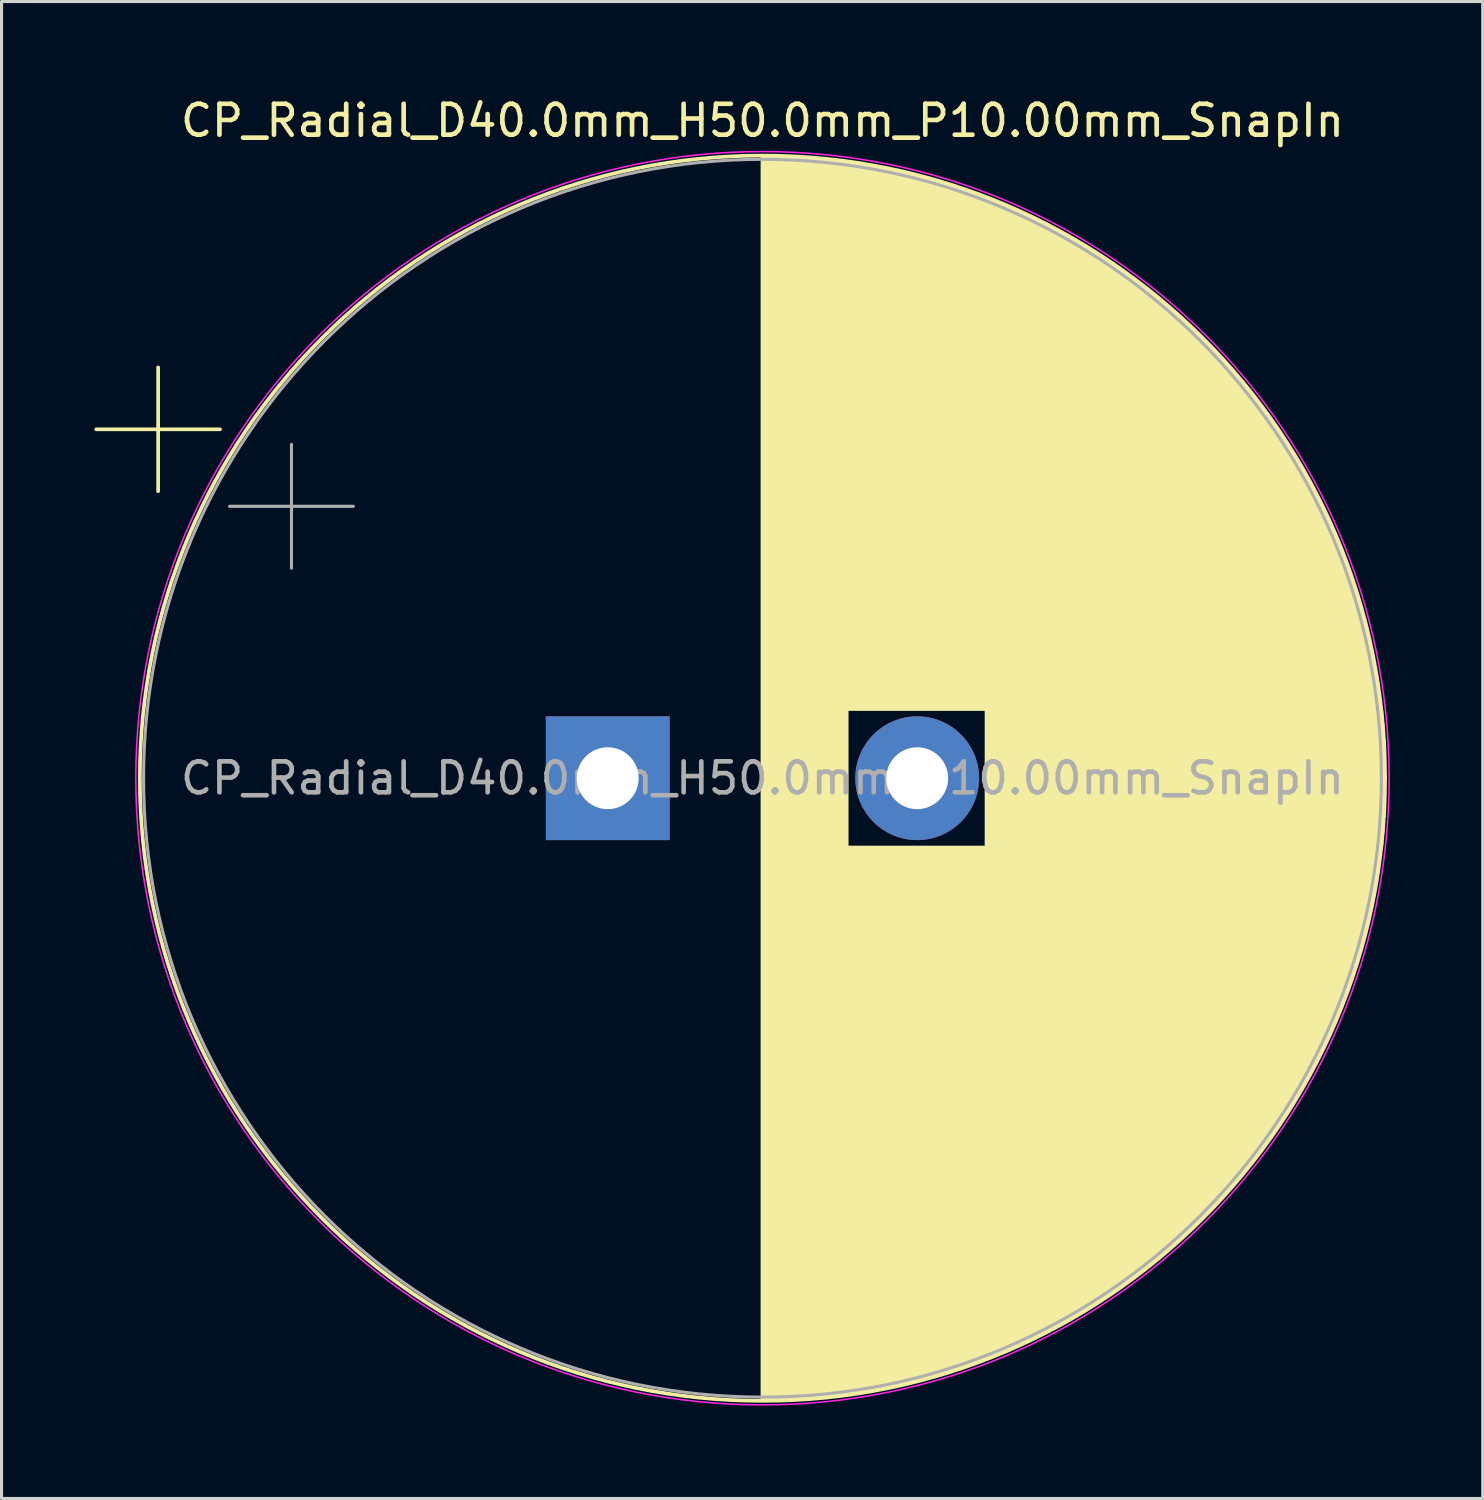
<source format=kicad_pcb>
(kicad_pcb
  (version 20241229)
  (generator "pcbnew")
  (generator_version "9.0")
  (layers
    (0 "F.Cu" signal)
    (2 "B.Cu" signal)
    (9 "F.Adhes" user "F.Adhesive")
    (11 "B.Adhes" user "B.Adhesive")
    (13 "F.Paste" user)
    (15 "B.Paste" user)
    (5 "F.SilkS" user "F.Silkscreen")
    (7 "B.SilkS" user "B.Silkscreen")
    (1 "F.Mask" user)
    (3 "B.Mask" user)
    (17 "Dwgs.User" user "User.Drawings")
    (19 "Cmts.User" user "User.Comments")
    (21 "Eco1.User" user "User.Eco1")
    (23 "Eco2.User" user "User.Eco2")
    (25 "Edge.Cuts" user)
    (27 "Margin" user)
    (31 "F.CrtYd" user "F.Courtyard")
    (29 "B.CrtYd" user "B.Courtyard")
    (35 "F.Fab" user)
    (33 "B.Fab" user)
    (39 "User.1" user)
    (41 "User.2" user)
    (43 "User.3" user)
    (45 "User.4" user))
  (footprint "CP_Radial_D40.0mm_H50.0mm_P10.00mm_SnapIn"
    (layer "F.Cu")
    (at 16.589 22.098)
    (property "Reference" "CP_Radial_D40.0mm_H50.0mm_P10.00mm_SnapIn" (at 5 -21.25 0) (layer "F.SilkS") (effects (font (size 1 1) (thickness 0.15))))
    (attr through_hole)
    (fp_line (start -16.529 -11.275) (end -12.529 -11.275) (stroke (width 0.12) (type solid)) (layer "F.SilkS"))
    (fp_line (start -14.529 -13.275) (end -14.529 -9.275) (stroke (width 0.12) (type solid)) (layer "F.SilkS"))
    (fp_line (start 5 -20.08) (end 5 20.08) (stroke (width 0.12) (type solid)) (layer "F.SilkS"))
    (fp_line (start 5.04 -20.08) (end 5.04 20.08) (stroke (width 0.12) (type solid)) (layer "F.SilkS"))
    (fp_line (start 5.08 -20.08) (end 5.08 20.08) (stroke (width 0.12) (type solid)) (layer "F.SilkS"))
    (fp_line (start 5.12 -20.08) (end 5.12 20.08) (stroke (width 0.12) (type solid)) (layer "F.SilkS"))
    (fp_line (start 5.16 -20.08) (end 5.16 20.08) (stroke (width 0.12) (type solid)) (layer "F.SilkS"))
    (fp_line (start 5.2 -20.08) (end 5.2 20.08) (stroke (width 0.12) (type solid)) (layer "F.SilkS"))
    (fp_line (start 5.24 -20.079) (end 5.24 20.079) (stroke (width 0.12) (type solid)) (layer "F.SilkS"))
    (fp_line (start 5.28 -20.079) (end 5.28 20.079) (stroke (width 0.12) (type solid)) (layer "F.SilkS"))
    (fp_line (start 5.32 -20.078) (end 5.32 20.078) (stroke (width 0.12) (type solid)) (layer "F.SilkS"))
    (fp_line (start 5.36 -20.077) (end 5.36 20.077) (stroke (width 0.12) (type solid)) (layer "F.SilkS"))
    (fp_line (start 5.4 -20.077) (end 5.4 20.077) (stroke (width 0.12) (type solid)) (layer "F.SilkS"))
    (fp_line (start 5.44 -20.076) (end 5.44 20.076) (stroke (width 0.12) (type solid)) (layer "F.SilkS"))
    (fp_line (start 5.48 -20.075) (end 5.48 20.075) (stroke (width 0.12) (type solid)) (layer "F.SilkS"))
    (fp_line (start 5.52 -20.074) (end 5.52 20.074) (stroke (width 0.12) (type solid)) (layer "F.SilkS"))
    (fp_line (start 5.56 -20.073) (end 5.56 20.073) (stroke (width 0.12) (type solid)) (layer "F.SilkS"))
    (fp_line (start 5.6 -20.072) (end 5.6 20.072) (stroke (width 0.12) (type solid)) (layer "F.SilkS"))
    (fp_line (start 5.64 -20.07) (end 5.64 20.07) (stroke (width 0.12) (type solid)) (layer "F.SilkS"))
    (fp_line (start 5.68 -20.069) (end 5.68 20.069) (stroke (width 0.12) (type solid)) (layer "F.SilkS"))
    (fp_line (start 5.721 -20.068) (end 5.721 20.068) (stroke (width 0.12) (type solid)) (layer "F.SilkS"))
    (fp_line (start 5.761 -20.066) (end 5.761 20.066) (stroke (width 0.12) (type solid)) (layer "F.SilkS"))
    (fp_line (start 5.801 -20.065) (end 5.801 20.065) (stroke (width 0.12) (type solid)) (layer "F.SilkS"))
    (fp_line (start 5.841 -20.063) (end 5.841 20.063) (stroke (width 0.12) (type solid)) (layer "F.SilkS"))
    (fp_line (start 5.881 -20.061) (end 5.881 20.061) (stroke (width 0.12) (type solid)) (layer "F.SilkS"))
    (fp_line (start 5.921 -20.059) (end 5.921 20.059) (stroke (width 0.12) (type solid)) (layer "F.SilkS"))
    (fp_line (start 5.961 -20.058) (end 5.961 20.058) (stroke (width 0.12) (type solid)) (layer "F.SilkS"))
    (fp_line (start 6.001 -20.056) (end 6.001 20.056) (stroke (width 0.12) (type solid)) (layer "F.SilkS"))
    (fp_line (start 6.041 -20.054) (end 6.041 20.054) (stroke (width 0.12) (type solid)) (layer "F.SilkS"))
    (fp_line (start 6.081 -20.051) (end 6.081 20.051) (stroke (width 0.12) (type solid)) (layer "F.SilkS"))
    (fp_line (start 6.121 -20.049) (end 6.121 20.049) (stroke (width 0.12) (type solid)) (layer "F.SilkS"))
    (fp_line (start 6.161 -20.047) (end 6.161 20.047) (stroke (width 0.12) (type solid)) (layer "F.SilkS"))
    (fp_line (start 6.201 -20.045) (end 6.201 20.045) (stroke (width 0.12) (type solid)) (layer "F.SilkS"))
    (fp_line (start 6.241 -20.042) (end 6.241 20.042) (stroke (width 0.12) (type solid)) (layer "F.SilkS"))
    (fp_line (start 6.281 -20.04) (end 6.281 20.04) (stroke (width 0.12) (type solid)) (layer "F.SilkS"))
    (fp_line (start 6.321 -20.037) (end 6.321 20.037) (stroke (width 0.12) (type solid)) (layer "F.SilkS"))
    (fp_line (start 6.361 -20.034) (end 6.361 20.034) (stroke (width 0.12) (type solid)) (layer "F.SilkS"))
    (fp_line (start 6.401 -20.032) (end 6.401 20.032) (stroke (width 0.12) (type solid)) (layer "F.SilkS"))
    (fp_line (start 6.441 -20.029) (end 6.441 20.029) (stroke (width 0.12) (type solid)) (layer "F.SilkS"))
    (fp_line (start 6.481 -20.026) (end 6.481 20.026) (stroke (width 0.12) (type solid)) (layer "F.SilkS"))
    (fp_line (start 6.521 -20.023) (end 6.521 20.023) (stroke (width 0.12) (type solid)) (layer "F.SilkS"))
    (fp_line (start 6.561 -20.02) (end 6.561 20.02) (stroke (width 0.12) (type solid)) (layer "F.SilkS"))
    (fp_line (start 6.601 -20.017) (end 6.601 20.017) (stroke (width 0.12) (type solid)) (layer "F.SilkS"))
    (fp_line (start 6.641 -20.014) (end 6.641 20.014) (stroke (width 0.12) (type solid)) (layer "F.SilkS"))
    (fp_line (start 6.681 -20.01) (end 6.681 20.01) (stroke (width 0.12) (type solid)) (layer "F.SilkS"))
    (fp_line (start 6.721 -20.007) (end 6.721 20.007) (stroke (width 0.12) (type solid)) (layer "F.SilkS"))
    (fp_line (start 6.761 -20.003) (end 6.761 20.003) (stroke (width 0.12) (type solid)) (layer "F.SilkS"))
    (fp_line (start 6.801 -20) (end 6.801 20) (stroke (width 0.12) (type solid)) (layer "F.SilkS"))
    (fp_line (start 6.841 -19.996) (end 6.841 19.996) (stroke (width 0.12) (type solid)) (layer "F.SilkS"))
    (fp_line (start 6.881 -19.992) (end 6.881 19.992) (stroke (width 0.12) (type solid)) (layer "F.SilkS"))
    (fp_line (start 6.921 -19.989) (end 6.921 19.989) (stroke (width 0.12) (type solid)) (layer "F.SilkS"))
    (fp_line (start 6.961 -19.985) (end 6.961 19.985) (stroke (width 0.12) (type solid)) (layer "F.SilkS"))
    (fp_line (start 7.001 -19.981) (end 7.001 19.981) (stroke (width 0.12) (type solid)) (layer "F.SilkS"))
    (fp_line (start 7.041 -19.977) (end 7.041 19.977) (stroke (width 0.12) (type solid)) (layer "F.SilkS"))
    (fp_line (start 7.081 -19.973) (end 7.081 19.973) (stroke (width 0.12) (type solid)) (layer "F.SilkS"))
    (fp_line (start 7.121 -19.968) (end 7.121 19.968) (stroke (width 0.12) (type solid)) (layer "F.SilkS"))
    (fp_line (start 7.161 -19.964) (end 7.161 19.964) (stroke (width 0.12) (type solid)) (layer "F.SilkS"))
    (fp_line (start 7.201 -19.96) (end 7.201 19.96) (stroke (width 0.12) (type solid)) (layer "F.SilkS"))
    (fp_line (start 7.241 -19.955) (end 7.241 19.955) (stroke (width 0.12) (type solid)) (layer "F.SilkS"))
    (fp_line (start 7.281 -19.951) (end 7.281 19.951) (stroke (width 0.12) (type solid)) (layer "F.SilkS"))
    (fp_line (start 7.321 -19.946) (end 7.321 19.946) (stroke (width 0.12) (type solid)) (layer "F.SilkS"))
    (fp_line (start 7.361 -19.942) (end 7.361 19.942) (stroke (width 0.12) (type solid)) (layer "F.SilkS"))
    (fp_line (start 7.401 -19.937) (end 7.401 19.937) (stroke (width 0.12) (type solid)) (layer "F.SilkS"))
    (fp_line (start 7.441 -19.932) (end 7.441 19.932) (stroke (width 0.12) (type solid)) (layer "F.SilkS"))
    (fp_line (start 7.481 -19.927) (end 7.481 19.927) (stroke (width 0.12) (type solid)) (layer "F.SilkS"))
    (fp_line (start 7.521 -19.922) (end 7.521 19.922) (stroke (width 0.12) (type solid)) (layer "F.SilkS"))
    (fp_line (start 7.561 -19.917) (end 7.561 19.917) (stroke (width 0.12) (type solid)) (layer "F.SilkS"))
    (fp_line (start 7.601 -19.912) (end 7.601 19.912) (stroke (width 0.12) (type solid)) (layer "F.SilkS"))
    (fp_line (start 7.641 -19.907) (end 7.641 19.907) (stroke (width 0.12) (type solid)) (layer "F.SilkS"))
    (fp_line (start 7.681 -19.901) (end 7.681 19.901) (stroke (width 0.12) (type solid)) (layer "F.SilkS"))
    (fp_line (start 7.721 -19.896) (end 7.721 19.896) (stroke (width 0.12) (type solid)) (layer "F.SilkS"))
    (fp_line (start 7.761 -19.89) (end 7.761 -2.24) (stroke (width 0.12) (type solid)) (layer "F.SilkS"))
    (fp_line (start 7.761 2.24) (end 7.761 19.89) (stroke (width 0.12) (type solid)) (layer "F.SilkS"))
    (fp_line (start 7.801 -19.885) (end 7.801 -2.24) (stroke (width 0.12) (type solid)) (layer "F.SilkS"))
    (fp_line (start 7.801 2.24) (end 7.801 19.885) (stroke (width 0.12) (type solid)) (layer "F.SilkS"))
    (fp_line (start 7.841 -19.879) (end 7.841 -2.24) (stroke (width 0.12) (type solid)) (layer "F.SilkS"))
    (fp_line (start 7.841 2.24) (end 7.841 19.879) (stroke (width 0.12) (type solid)) (layer "F.SilkS"))
    (fp_line (start 7.881 -19.873) (end 7.881 -2.24) (stroke (width 0.12) (type solid)) (layer "F.SilkS"))
    (fp_line (start 7.881 2.24) (end 7.881 19.873) (stroke (width 0.12) (type solid)) (layer "F.SilkS"))
    (fp_line (start 7.921 -19.867) (end 7.921 -2.24) (stroke (width 0.12) (type solid)) (layer "F.SilkS"))
    (fp_line (start 7.921 2.24) (end 7.921 19.867) (stroke (width 0.12) (type solid)) (layer "F.SilkS"))
    (fp_line (start 7.961 -19.862) (end 7.961 -2.24) (stroke (width 0.12) (type solid)) (layer "F.SilkS"))
    (fp_line (start 7.961 2.24) (end 7.961 19.862) (stroke (width 0.12) (type solid)) (layer "F.SilkS"))
    (fp_line (start 8.001 -19.856) (end 8.001 -2.24) (stroke (width 0.12) (type solid)) (layer "F.SilkS"))
    (fp_line (start 8.001 2.24) (end 8.001 19.856) (stroke (width 0.12) (type solid)) (layer "F.SilkS"))
    (fp_line (start 8.041 -19.85) (end 8.041 -2.24) (stroke (width 0.12) (type solid)) (layer "F.SilkS"))
    (fp_line (start 8.041 2.24) (end 8.041 19.85) (stroke (width 0.12) (type solid)) (layer "F.SilkS"))
    (fp_line (start 8.081 -19.843) (end 8.081 -2.24) (stroke (width 0.12) (type solid)) (layer "F.SilkS"))
    (fp_line (start 8.081 2.24) (end 8.081 19.843) (stroke (width 0.12) (type solid)) (layer "F.SilkS"))
    (fp_line (start 8.121 -19.837) (end 8.121 -2.24) (stroke (width 0.12) (type solid)) (layer "F.SilkS"))
    (fp_line (start 8.121 2.24) (end 8.121 19.837) (stroke (width 0.12) (type solid)) (layer "F.SilkS"))
    (fp_line (start 8.161 -19.831) (end 8.161 -2.24) (stroke (width 0.12) (type solid)) (layer "F.SilkS"))
    (fp_line (start 8.161 2.24) (end 8.161 19.831) (stroke (width 0.12) (type solid)) (layer "F.SilkS"))
    (fp_line (start 8.201 -19.824) (end 8.201 -2.24) (stroke (width 0.12) (type solid)) (layer "F.SilkS"))
    (fp_line (start 8.201 2.24) (end 8.201 19.824) (stroke (width 0.12) (type solid)) (layer "F.SilkS"))
    (fp_line (start 8.241 -19.818) (end 8.241 -2.24) (stroke (width 0.12) (type solid)) (layer "F.SilkS"))
    (fp_line (start 8.241 2.24) (end 8.241 19.818) (stroke (width 0.12) (type solid)) (layer "F.SilkS"))
    (fp_line (start 8.281 -19.811) (end 8.281 -2.24) (stroke (width 0.12) (type solid)) (layer "F.SilkS"))
    (fp_line (start 8.281 2.24) (end 8.281 19.811) (stroke (width 0.12) (type solid)) (layer "F.SilkS"))
    (fp_line (start 8.321 -19.805) (end 8.321 -2.24) (stroke (width 0.12) (type solid)) (layer "F.SilkS"))
    (fp_line (start 8.321 2.24) (end 8.321 19.805) (stroke (width 0.12) (type solid)) (layer "F.SilkS"))
    (fp_line (start 8.361 -19.798) (end 8.361 -2.24) (stroke (width 0.12) (type solid)) (layer "F.SilkS"))
    (fp_line (start 8.361 2.24) (end 8.361 19.798) (stroke (width 0.12) (type solid)) (layer "F.SilkS"))
    (fp_line (start 8.401 -19.791) (end 8.401 -2.24) (stroke (width 0.12) (type solid)) (layer "F.SilkS"))
    (fp_line (start 8.401 2.24) (end 8.401 19.791) (stroke (width 0.12) (type solid)) (layer "F.SilkS"))
    (fp_line (start 8.441 -19.784) (end 8.441 -2.24) (stroke (width 0.12) (type solid)) (layer "F.SilkS"))
    (fp_line (start 8.441 2.24) (end 8.441 19.784) (stroke (width 0.12) (type solid)) (layer "F.SilkS"))
    (fp_line (start 8.481 -19.777) (end 8.481 -2.24) (stroke (width 0.12) (type solid)) (layer "F.SilkS"))
    (fp_line (start 8.481 2.24) (end 8.481 19.777) (stroke (width 0.12) (type solid)) (layer "F.SilkS"))
    (fp_line (start 8.521 -19.77) (end 8.521 -2.24) (stroke (width 0.12) (type solid)) (layer "F.SilkS"))
    (fp_line (start 8.521 2.24) (end 8.521 19.77) (stroke (width 0.12) (type solid)) (layer "F.SilkS"))
    (fp_line (start 8.561 -19.763) (end 8.561 -2.24) (stroke (width 0.12) (type solid)) (layer "F.SilkS"))
    (fp_line (start 8.561 2.24) (end 8.561 19.763) (stroke (width 0.12) (type solid)) (layer "F.SilkS"))
    (fp_line (start 8.601 -19.756) (end 8.601 -2.24) (stroke (width 0.12) (type solid)) (layer "F.SilkS"))
    (fp_line (start 8.601 2.24) (end 8.601 19.756) (stroke (width 0.12) (type solid)) (layer "F.SilkS"))
    (fp_line (start 8.641 -19.748) (end 8.641 -2.24) (stroke (width 0.12) (type solid)) (layer "F.SilkS"))
    (fp_line (start 8.641 2.24) (end 8.641 19.748) (stroke (width 0.12) (type solid)) (layer "F.SilkS"))
    (fp_line (start 8.681 -19.741) (end 8.681 -2.24) (stroke (width 0.12) (type solid)) (layer "F.SilkS"))
    (fp_line (start 8.681 2.24) (end 8.681 19.741) (stroke (width 0.12) (type solid)) (layer "F.SilkS"))
    (fp_line (start 8.721 -19.734) (end 8.721 -2.24) (stroke (width 0.12) (type solid)) (layer "F.SilkS"))
    (fp_line (start 8.721 2.24) (end 8.721 19.734) (stroke (width 0.12) (type solid)) (layer "F.SilkS"))
    (fp_line (start 8.761 -19.726) (end 8.761 -2.24) (stroke (width 0.12) (type solid)) (layer "F.SilkS"))
    (fp_line (start 8.761 2.24) (end 8.761 19.726) (stroke (width 0.12) (type solid)) (layer "F.SilkS"))
    (fp_line (start 8.801 -19.718) (end 8.801 -2.24) (stroke (width 0.12) (type solid)) (layer "F.SilkS"))
    (fp_line (start 8.801 2.24) (end 8.801 19.718) (stroke (width 0.12) (type solid)) (layer "F.SilkS"))
    (fp_line (start 8.841 -19.711) (end 8.841 -2.24) (stroke (width 0.12) (type solid)) (layer "F.SilkS"))
    (fp_line (start 8.841 2.24) (end 8.841 19.711) (stroke (width 0.12) (type solid)) (layer "F.SilkS"))
    (fp_line (start 8.881 -19.703) (end 8.881 -2.24) (stroke (width 0.12) (type solid)) (layer "F.SilkS"))
    (fp_line (start 8.881 2.24) (end 8.881 19.703) (stroke (width 0.12) (type solid)) (layer "F.SilkS"))
    (fp_line (start 8.921 -19.695) (end 8.921 -2.24) (stroke (width 0.12) (type solid)) (layer "F.SilkS"))
    (fp_line (start 8.921 2.24) (end 8.921 19.695) (stroke (width 0.12) (type solid)) (layer "F.SilkS"))
    (fp_line (start 8.961 -19.687) (end 8.961 -2.24) (stroke (width 0.12) (type solid)) (layer "F.SilkS"))
    (fp_line (start 8.961 2.24) (end 8.961 19.687) (stroke (width 0.12) (type solid)) (layer "F.SilkS"))
    (fp_line (start 9.001 -19.679) (end 9.001 -2.24) (stroke (width 0.12) (type solid)) (layer "F.SilkS"))
    (fp_line (start 9.001 2.24) (end 9.001 19.679) (stroke (width 0.12) (type solid)) (layer "F.SilkS"))
    (fp_line (start 9.041 -19.671) (end 9.041 -2.24) (stroke (width 0.12) (type solid)) (layer "F.SilkS"))
    (fp_line (start 9.041 2.24) (end 9.041 19.671) (stroke (width 0.12) (type solid)) (layer "F.SilkS"))
    (fp_line (start 9.081 -19.662) (end 9.081 -2.24) (stroke (width 0.12) (type solid)) (layer "F.SilkS"))
    (fp_line (start 9.081 2.24) (end 9.081 19.662) (stroke (width 0.12) (type solid)) (layer "F.SilkS"))
    (fp_line (start 9.121 -19.654) (end 9.121 -2.24) (stroke (width 0.12) (type solid)) (layer "F.SilkS"))
    (fp_line (start 9.121 2.24) (end 9.121 19.654) (stroke (width 0.12) (type solid)) (layer "F.SilkS"))
    (fp_line (start 9.161 -19.646) (end 9.161 -2.24) (stroke (width 0.12) (type solid)) (layer "F.SilkS"))
    (fp_line (start 9.161 2.24) (end 9.161 19.646) (stroke (width 0.12) (type solid)) (layer "F.SilkS"))
    (fp_line (start 9.201 -19.637) (end 9.201 -2.24) (stroke (width 0.12) (type solid)) (layer "F.SilkS"))
    (fp_line (start 9.201 2.24) (end 9.201 19.637) (stroke (width 0.12) (type solid)) (layer "F.SilkS"))
    (fp_line (start 9.241 -19.629) (end 9.241 -2.24) (stroke (width 0.12) (type solid)) (layer "F.SilkS"))
    (fp_line (start 9.241 2.24) (end 9.241 19.629) (stroke (width 0.12) (type solid)) (layer "F.SilkS"))
    (fp_line (start 9.281 -19.62) (end 9.281 -2.24) (stroke (width 0.12) (type solid)) (layer "F.SilkS"))
    (fp_line (start 9.281 2.24) (end 9.281 19.62) (stroke (width 0.12) (type solid)) (layer "F.SilkS"))
    (fp_line (start 9.321 -19.611) (end 9.321 -2.24) (stroke (width 0.12) (type solid)) (layer "F.SilkS"))
    (fp_line (start 9.321 2.24) (end 9.321 19.611) (stroke (width 0.12) (type solid)) (layer "F.SilkS"))
    (fp_line (start 9.361 -19.602) (end 9.361 -2.24) (stroke (width 0.12) (type solid)) (layer "F.SilkS"))
    (fp_line (start 9.361 2.24) (end 9.361 19.602) (stroke (width 0.12) (type solid)) (layer "F.SilkS"))
    (fp_line (start 9.401 -19.593) (end 9.401 -2.24) (stroke (width 0.12) (type solid)) (layer "F.SilkS"))
    (fp_line (start 9.401 2.24) (end 9.401 19.593) (stroke (width 0.12) (type solid)) (layer "F.SilkS"))
    (fp_line (start 9.441 -19.584) (end 9.441 -2.24) (stroke (width 0.12) (type solid)) (layer "F.SilkS"))
    (fp_line (start 9.441 2.24) (end 9.441 19.584) (stroke (width 0.12) (type solid)) (layer "F.SilkS"))
    (fp_line (start 9.481 -19.575) (end 9.481 -2.24) (stroke (width 0.12) (type solid)) (layer "F.SilkS"))
    (fp_line (start 9.481 2.24) (end 9.481 19.575) (stroke (width 0.12) (type solid)) (layer "F.SilkS"))
    (fp_line (start 9.521 -19.566) (end 9.521 -2.24) (stroke (width 0.12) (type solid)) (layer "F.SilkS"))
    (fp_line (start 9.521 2.24) (end 9.521 19.566) (stroke (width 0.12) (type solid)) (layer "F.SilkS"))
    (fp_line (start 9.561 -19.557) (end 9.561 -2.24) (stroke (width 0.12) (type solid)) (layer "F.SilkS"))
    (fp_line (start 9.561 2.24) (end 9.561 19.557) (stroke (width 0.12) (type solid)) (layer "F.SilkS"))
    (fp_line (start 9.601 -19.548) (end 9.601 -2.24) (stroke (width 0.12) (type solid)) (layer "F.SilkS"))
    (fp_line (start 9.601 2.24) (end 9.601 19.548) (stroke (width 0.12) (type solid)) (layer "F.SilkS"))
    (fp_line (start 9.641 -19.538) (end 9.641 -2.24) (stroke (width 0.12) (type solid)) (layer "F.SilkS"))
    (fp_line (start 9.641 2.24) (end 9.641 19.538) (stroke (width 0.12) (type solid)) (layer "F.SilkS"))
    (fp_line (start 9.681 -19.529) (end 9.681 -2.24) (stroke (width 0.12) (type solid)) (layer "F.SilkS"))
    (fp_line (start 9.681 2.24) (end 9.681 19.529) (stroke (width 0.12) (type solid)) (layer "F.SilkS"))
    (fp_line (start 9.721 -19.519) (end 9.721 -2.24) (stroke (width 0.12) (type solid)) (layer "F.SilkS"))
    (fp_line (start 9.721 2.24) (end 9.721 19.519) (stroke (width 0.12) (type solid)) (layer "F.SilkS"))
    (fp_line (start 9.761 -19.509) (end 9.761 -2.24) (stroke (width 0.12) (type solid)) (layer "F.SilkS"))
    (fp_line (start 9.761 2.24) (end 9.761 19.509) (stroke (width 0.12) (type solid)) (layer "F.SilkS"))
    (fp_line (start 9.801 -19.5) (end 9.801 -2.24) (stroke (width 0.12) (type solid)) (layer "F.SilkS"))
    (fp_line (start 9.801 2.24) (end 9.801 19.5) (stroke (width 0.12) (type solid)) (layer "F.SilkS"))
    (fp_line (start 9.841 -19.49) (end 9.841 -2.24) (stroke (width 0.12) (type solid)) (layer "F.SilkS"))
    (fp_line (start 9.841 2.24) (end 9.841 19.49) (stroke (width 0.12) (type solid)) (layer "F.SilkS"))
    (fp_line (start 9.881 -19.48) (end 9.881 -2.24) (stroke (width 0.12) (type solid)) (layer "F.SilkS"))
    (fp_line (start 9.881 2.24) (end 9.881 19.48) (stroke (width 0.12) (type solid)) (layer "F.SilkS"))
    (fp_line (start 9.921 -19.47) (end 9.921 -2.24) (stroke (width 0.12) (type solid)) (layer "F.SilkS"))
    (fp_line (start 9.921 2.24) (end 9.921 19.47) (stroke (width 0.12) (type solid)) (layer "F.SilkS"))
    (fp_line (start 9.961 -19.46) (end 9.961 -2.24) (stroke (width 0.12) (type solid)) (layer "F.SilkS"))
    (fp_line (start 9.961 2.24) (end 9.961 19.46) (stroke (width 0.12) (type solid)) (layer "F.SilkS"))
    (fp_line (start 10.001 -19.449) (end 10.001 -2.24) (stroke (width 0.12) (type solid)) (layer "F.SilkS"))
    (fp_line (start 10.001 2.24) (end 10.001 19.449) (stroke (width 0.12) (type solid)) (layer "F.SilkS"))
    (fp_line (start 10.041 -19.439) (end 10.041 -2.24) (stroke (width 0.12) (type solid)) (layer "F.SilkS"))
    (fp_line (start 10.041 2.24) (end 10.041 19.439) (stroke (width 0.12) (type solid)) (layer "F.SilkS"))
    (fp_line (start 10.081 -19.429) (end 10.081 -2.24) (stroke (width 0.12) (type solid)) (layer "F.SilkS"))
    (fp_line (start 10.081 2.24) (end 10.081 19.429) (stroke (width 0.12) (type solid)) (layer "F.SilkS"))
    (fp_line (start 10.121 -19.418) (end 10.121 -2.24) (stroke (width 0.12) (type solid)) (layer "F.SilkS"))
    (fp_line (start 10.121 2.24) (end 10.121 19.418) (stroke (width 0.12) (type solid)) (layer "F.SilkS"))
    (fp_line (start 10.161 -19.408) (end 10.161 -2.24) (stroke (width 0.12) (type solid)) (layer "F.SilkS"))
    (fp_line (start 10.161 2.24) (end 10.161 19.408) (stroke (width 0.12) (type solid)) (layer "F.SilkS"))
    (fp_line (start 10.201 -19.397) (end 10.201 -2.24) (stroke (width 0.12) (type solid)) (layer "F.SilkS"))
    (fp_line (start 10.201 2.24) (end 10.201 19.397) (stroke (width 0.12) (type solid)) (layer "F.SilkS"))
    (fp_line (start 10.241 -19.386) (end 10.241 -2.24) (stroke (width 0.12) (type solid)) (layer "F.SilkS"))
    (fp_line (start 10.241 2.24) (end 10.241 19.386) (stroke (width 0.12) (type solid)) (layer "F.SilkS"))
    (fp_line (start 10.281 -19.375) (end 10.281 -2.24) (stroke (width 0.12) (type solid)) (layer "F.SilkS"))
    (fp_line (start 10.281 2.24) (end 10.281 19.375) (stroke (width 0.12) (type solid)) (layer "F.SilkS"))
    (fp_line (start 10.321 -19.364) (end 10.321 -2.24) (stroke (width 0.12) (type solid)) (layer "F.SilkS"))
    (fp_line (start 10.321 2.24) (end 10.321 19.364) (stroke (width 0.12) (type solid)) (layer "F.SilkS"))
    (fp_line (start 10.361 -19.353) (end 10.361 -2.24) (stroke (width 0.12) (type solid)) (layer "F.SilkS"))
    (fp_line (start 10.361 2.24) (end 10.361 19.353) (stroke (width 0.12) (type solid)) (layer "F.SilkS"))
    (fp_line (start 10.401 -19.342) (end 10.401 -2.24) (stroke (width 0.12) (type solid)) (layer "F.SilkS"))
    (fp_line (start 10.401 2.24) (end 10.401 19.342) (stroke (width 0.12) (type solid)) (layer "F.SilkS"))
    (fp_line (start 10.441 -19.331) (end 10.441 -2.24) (stroke (width 0.12) (type solid)) (layer "F.SilkS"))
    (fp_line (start 10.441 2.24) (end 10.441 19.331) (stroke (width 0.12) (type solid)) (layer "F.SilkS"))
    (fp_line (start 10.481 -19.32) (end 10.481 -2.24) (stroke (width 0.12) (type solid)) (layer "F.SilkS"))
    (fp_line (start 10.481 2.24) (end 10.481 19.32) (stroke (width 0.12) (type solid)) (layer "F.SilkS"))
    (fp_line (start 10.521 -19.308) (end 10.521 -2.24) (stroke (width 0.12) (type solid)) (layer "F.SilkS"))
    (fp_line (start 10.521 2.24) (end 10.521 19.308) (stroke (width 0.12) (type solid)) (layer "F.SilkS"))
    (fp_line (start 10.561 -19.297) (end 10.561 -2.24) (stroke (width 0.12) (type solid)) (layer "F.SilkS"))
    (fp_line (start 10.561 2.24) (end 10.561 19.297) (stroke (width 0.12) (type solid)) (layer "F.SilkS"))
    (fp_line (start 10.601 -19.285) (end 10.601 -2.24) (stroke (width 0.12) (type solid)) (layer "F.SilkS"))
    (fp_line (start 10.601 2.24) (end 10.601 19.285) (stroke (width 0.12) (type solid)) (layer "F.SilkS"))
    (fp_line (start 10.641 -19.274) (end 10.641 -2.24) (stroke (width 0.12) (type solid)) (layer "F.SilkS"))
    (fp_line (start 10.641 2.24) (end 10.641 19.274) (stroke (width 0.12) (type solid)) (layer "F.SilkS"))
    (fp_line (start 10.681 -19.262) (end 10.681 -2.24) (stroke (width 0.12) (type solid)) (layer "F.SilkS"))
    (fp_line (start 10.681 2.24) (end 10.681 19.262) (stroke (width 0.12) (type solid)) (layer "F.SilkS"))
    (fp_line (start 10.721 -19.25) (end 10.721 -2.24) (stroke (width 0.12) (type solid)) (layer "F.SilkS"))
    (fp_line (start 10.721 2.24) (end 10.721 19.25) (stroke (width 0.12) (type solid)) (layer "F.SilkS"))
    (fp_line (start 10.761 -19.238) (end 10.761 -2.24) (stroke (width 0.12) (type solid)) (layer "F.SilkS"))
    (fp_line (start 10.761 2.24) (end 10.761 19.238) (stroke (width 0.12) (type solid)) (layer "F.SilkS"))
    (fp_line (start 10.801 -19.226) (end 10.801 -2.24) (stroke (width 0.12) (type solid)) (layer "F.SilkS"))
    (fp_line (start 10.801 2.24) (end 10.801 19.226) (stroke (width 0.12) (type solid)) (layer "F.SilkS"))
    (fp_line (start 10.841 -19.214) (end 10.841 -2.24) (stroke (width 0.12) (type solid)) (layer "F.SilkS"))
    (fp_line (start 10.841 2.24) (end 10.841 19.214) (stroke (width 0.12) (type solid)) (layer "F.SilkS"))
    (fp_line (start 10.881 -19.202) (end 10.881 -2.24) (stroke (width 0.12) (type solid)) (layer "F.SilkS"))
    (fp_line (start 10.881 2.24) (end 10.881 19.202) (stroke (width 0.12) (type solid)) (layer "F.SilkS"))
    (fp_line (start 10.921 -19.19) (end 10.921 -2.24) (stroke (width 0.12) (type solid)) (layer "F.SilkS"))
    (fp_line (start 10.921 2.24) (end 10.921 19.19) (stroke (width 0.12) (type solid)) (layer "F.SilkS"))
    (fp_line (start 10.961 -19.177) (end 10.961 -2.24) (stroke (width 0.12) (type solid)) (layer "F.SilkS"))
    (fp_line (start 10.961 2.24) (end 10.961 19.177) (stroke (width 0.12) (type solid)) (layer "F.SilkS"))
    (fp_line (start 11.001 -19.165) (end 11.001 -2.24) (stroke (width 0.12) (type solid)) (layer "F.SilkS"))
    (fp_line (start 11.001 2.24) (end 11.001 19.165) (stroke (width 0.12) (type solid)) (layer "F.SilkS"))
    (fp_line (start 11.041 -19.152) (end 11.041 -2.24) (stroke (width 0.12) (type solid)) (layer "F.SilkS"))
    (fp_line (start 11.041 2.24) (end 11.041 19.152) (stroke (width 0.12) (type solid)) (layer "F.SilkS"))
    (fp_line (start 11.081 -19.14) (end 11.081 -2.24) (stroke (width 0.12) (type solid)) (layer "F.SilkS"))
    (fp_line (start 11.081 2.24) (end 11.081 19.14) (stroke (width 0.12) (type solid)) (layer "F.SilkS"))
    (fp_line (start 11.121 -19.127) (end 11.121 -2.24) (stroke (width 0.12) (type solid)) (layer "F.SilkS"))
    (fp_line (start 11.121 2.24) (end 11.121 19.127) (stroke (width 0.12) (type solid)) (layer "F.SilkS"))
    (fp_line (start 11.161 -19.114) (end 11.161 -2.24) (stroke (width 0.12) (type solid)) (layer "F.SilkS"))
    (fp_line (start 11.161 2.24) (end 11.161 19.114) (stroke (width 0.12) (type solid)) (layer "F.SilkS"))
    (fp_line (start 11.201 -19.101) (end 11.201 -2.24) (stroke (width 0.12) (type solid)) (layer "F.SilkS"))
    (fp_line (start 11.201 2.24) (end 11.201 19.101) (stroke (width 0.12) (type solid)) (layer "F.SilkS"))
    (fp_line (start 11.241 -19.088) (end 11.241 -2.24) (stroke (width 0.12) (type solid)) (layer "F.SilkS"))
    (fp_line (start 11.241 2.24) (end 11.241 19.088) (stroke (width 0.12) (type solid)) (layer "F.SilkS"))
    (fp_line (start 11.281 -19.075) (end 11.281 -2.24) (stroke (width 0.12) (type solid)) (layer "F.SilkS"))
    (fp_line (start 11.281 2.24) (end 11.281 19.075) (stroke (width 0.12) (type solid)) (layer "F.SilkS"))
    (fp_line (start 11.321 -19.062) (end 11.321 -2.24) (stroke (width 0.12) (type solid)) (layer "F.SilkS"))
    (fp_line (start 11.321 2.24) (end 11.321 19.062) (stroke (width 0.12) (type solid)) (layer "F.SilkS"))
    (fp_line (start 11.361 -19.049) (end 11.361 -2.24) (stroke (width 0.12) (type solid)) (layer "F.SilkS"))
    (fp_line (start 11.361 2.24) (end 11.361 19.049) (stroke (width 0.12) (type solid)) (layer "F.SilkS"))
    (fp_line (start 11.401 -19.035) (end 11.401 -2.24) (stroke (width 0.12) (type solid)) (layer "F.SilkS"))
    (fp_line (start 11.401 2.24) (end 11.401 19.035) (stroke (width 0.12) (type solid)) (layer "F.SilkS"))
    (fp_line (start 11.441 -19.022) (end 11.441 -2.24) (stroke (width 0.12) (type solid)) (layer "F.SilkS"))
    (fp_line (start 11.441 2.24) (end 11.441 19.022) (stroke (width 0.12) (type solid)) (layer "F.SilkS"))
    (fp_line (start 11.481 -19.008) (end 11.481 -2.24) (stroke (width 0.12) (type solid)) (layer "F.SilkS"))
    (fp_line (start 11.481 2.24) (end 11.481 19.008) (stroke (width 0.12) (type solid)) (layer "F.SilkS"))
    (fp_line (start 11.521 -18.995) (end 11.521 -2.24) (stroke (width 0.12) (type solid)) (layer "F.SilkS"))
    (fp_line (start 11.521 2.24) (end 11.521 18.995) (stroke (width 0.12) (type solid)) (layer "F.SilkS"))
    (fp_line (start 11.561 -18.981) (end 11.561 -2.24) (stroke (width 0.12) (type solid)) (layer "F.SilkS"))
    (fp_line (start 11.561 2.24) (end 11.561 18.981) (stroke (width 0.12) (type solid)) (layer "F.SilkS"))
    (fp_line (start 11.601 -18.967) (end 11.601 -2.24) (stroke (width 0.12) (type solid)) (layer "F.SilkS"))
    (fp_line (start 11.601 2.24) (end 11.601 18.967) (stroke (width 0.12) (type solid)) (layer "F.SilkS"))
    (fp_line (start 11.641 -18.953) (end 11.641 -2.24) (stroke (width 0.12) (type solid)) (layer "F.SilkS"))
    (fp_line (start 11.641 2.24) (end 11.641 18.953) (stroke (width 0.12) (type solid)) (layer "F.SilkS"))
    (fp_line (start 11.681 -18.939) (end 11.681 -2.24) (stroke (width 0.12) (type solid)) (layer "F.SilkS"))
    (fp_line (start 11.681 2.24) (end 11.681 18.939) (stroke (width 0.12) (type solid)) (layer "F.SilkS"))
    (fp_line (start 11.721 -18.925) (end 11.721 -2.24) (stroke (width 0.12) (type solid)) (layer "F.SilkS"))
    (fp_line (start 11.721 2.24) (end 11.721 18.925) (stroke (width 0.12) (type solid)) (layer "F.SilkS"))
    (fp_line (start 11.761 -18.911) (end 11.761 -2.24) (stroke (width 0.12) (type solid)) (layer "F.SilkS"))
    (fp_line (start 11.761 2.24) (end 11.761 18.911) (stroke (width 0.12) (type solid)) (layer "F.SilkS"))
    (fp_line (start 11.801 -18.897) (end 11.801 -2.24) (stroke (width 0.12) (type solid)) (layer "F.SilkS"))
    (fp_line (start 11.801 2.24) (end 11.801 18.897) (stroke (width 0.12) (type solid)) (layer "F.SilkS"))
    (fp_line (start 11.841 -18.882) (end 11.841 -2.24) (stroke (width 0.12) (type solid)) (layer "F.SilkS"))
    (fp_line (start 11.841 2.24) (end 11.841 18.882) (stroke (width 0.12) (type solid)) (layer "F.SilkS"))
    (fp_line (start 11.881 -18.868) (end 11.881 -2.24) (stroke (width 0.12) (type solid)) (layer "F.SilkS"))
    (fp_line (start 11.881 2.24) (end 11.881 18.868) (stroke (width 0.12) (type solid)) (layer "F.SilkS"))
    (fp_line (start 11.921 -18.853) (end 11.921 -2.24) (stroke (width 0.12) (type solid)) (layer "F.SilkS"))
    (fp_line (start 11.921 2.24) (end 11.921 18.853) (stroke (width 0.12) (type solid)) (layer "F.SilkS"))
    (fp_line (start 11.961 -18.838) (end 11.961 -2.24) (stroke (width 0.12) (type solid)) (layer "F.SilkS"))
    (fp_line (start 11.961 2.24) (end 11.961 18.838) (stroke (width 0.12) (type solid)) (layer "F.SilkS"))
    (fp_line (start 12.001 -18.824) (end 12.001 -2.24) (stroke (width 0.12) (type solid)) (layer "F.SilkS"))
    (fp_line (start 12.001 2.24) (end 12.001 18.824) (stroke (width 0.12) (type solid)) (layer "F.SilkS"))
    (fp_line (start 12.041 -18.809) (end 12.041 -2.24) (stroke (width 0.12) (type solid)) (layer "F.SilkS"))
    (fp_line (start 12.041 2.24) (end 12.041 18.809) (stroke (width 0.12) (type solid)) (layer "F.SilkS"))
    (fp_line (start 12.081 -18.794) (end 12.081 -2.24) (stroke (width 0.12) (type solid)) (layer "F.SilkS"))
    (fp_line (start 12.081 2.24) (end 12.081 18.794) (stroke (width 0.12) (type solid)) (layer "F.SilkS"))
    (fp_line (start 12.121 -18.779) (end 12.121 -2.24) (stroke (width 0.12) (type solid)) (layer "F.SilkS"))
    (fp_line (start 12.121 2.24) (end 12.121 18.779) (stroke (width 0.12) (type solid)) (layer "F.SilkS"))
    (fp_line (start 12.161 -18.763) (end 12.161 -2.24) (stroke (width 0.12) (type solid)) (layer "F.SilkS"))
    (fp_line (start 12.161 2.24) (end 12.161 18.763) (stroke (width 0.12) (type solid)) (layer "F.SilkS"))
    (fp_line (start 12.201 -18.748) (end 12.201 -2.24) (stroke (width 0.12) (type solid)) (layer "F.SilkS"))
    (fp_line (start 12.201 2.24) (end 12.201 18.748) (stroke (width 0.12) (type solid)) (layer "F.SilkS"))
    (fp_line (start 12.241 -18.733) (end 12.241 18.733) (stroke (width 0.12) (type solid)) (layer "F.SilkS"))
    (fp_line (start 12.281 -18.717) (end 12.281 18.717) (stroke (width 0.12) (type solid)) (layer "F.SilkS"))
    (fp_line (start 12.321 -18.702) (end 12.321 18.702) (stroke (width 0.12) (type solid)) (layer "F.SilkS"))
    (fp_line (start 12.361 -18.686) (end 12.361 18.686) (stroke (width 0.12) (type solid)) (layer "F.SilkS"))
    (fp_line (start 12.401 -18.67) (end 12.401 18.67) (stroke (width 0.12) (type solid)) (layer "F.SilkS"))
    (fp_line (start 12.441 -18.654) (end 12.441 18.654) (stroke (width 0.12) (type solid)) (layer "F.SilkS"))
    (fp_line (start 12.481 -18.638) (end 12.481 18.638) (stroke (width 0.12) (type solid)) (layer "F.SilkS"))
    (fp_line (start 12.521 -18.622) (end 12.521 18.622) (stroke (width 0.12) (type solid)) (layer "F.SilkS"))
    (fp_line (start 12.561 -18.606) (end 12.561 18.606) (stroke (width 0.12) (type solid)) (layer "F.SilkS"))
    (fp_line (start 12.601 -18.59) (end 12.601 18.59) (stroke (width 0.12) (type solid)) (layer "F.SilkS"))
    (fp_line (start 12.641 -18.574) (end 12.641 18.574) (stroke (width 0.12) (type solid)) (layer "F.SilkS"))
    (fp_line (start 12.681 -18.557) (end 12.681 18.557) (stroke (width 0.12) (type solid)) (layer "F.SilkS"))
    (fp_line (start 12.721 -18.54) (end 12.721 18.54) (stroke (width 0.12) (type solid)) (layer "F.SilkS"))
    (fp_line (start 12.761 -18.524) (end 12.761 18.524) (stroke (width 0.12) (type solid)) (layer "F.SilkS"))
    (fp_line (start 12.801 -18.507) (end 12.801 18.507) (stroke (width 0.12) (type solid)) (layer "F.SilkS"))
    (fp_line (start 12.841 -18.49) (end 12.841 18.49) (stroke (width 0.12) (type solid)) (layer "F.SilkS"))
    (fp_line (start 12.881 -18.473) (end 12.881 18.473) (stroke (width 0.12) (type solid)) (layer "F.SilkS"))
    (fp_line (start 12.921 -18.456) (end 12.921 18.456) (stroke (width 0.12) (type solid)) (layer "F.SilkS"))
    (fp_line (start 12.961 -18.439) (end 12.961 18.439) (stroke (width 0.12) (type solid)) (layer "F.SilkS"))
    (fp_line (start 13.001 -18.422) (end 13.001 18.422) (stroke (width 0.12) (type solid)) (layer "F.SilkS"))
    (fp_line (start 13.041 -18.404) (end 13.041 18.404) (stroke (width 0.12) (type solid)) (layer "F.SilkS"))
    (fp_line (start 13.081 -18.387) (end 13.081 18.387) (stroke (width 0.12) (type solid)) (layer "F.SilkS"))
    (fp_line (start 13.121 -18.369) (end 13.121 18.369) (stroke (width 0.12) (type solid)) (layer "F.SilkS"))
    (fp_line (start 13.161 -18.351) (end 13.161 18.351) (stroke (width 0.12) (type solid)) (layer "F.SilkS"))
    (fp_line (start 13.2 -18.334) (end 13.2 18.334) (stroke (width 0.12) (type solid)) (layer "F.SilkS"))
    (fp_line (start 13.24 -18.316) (end 13.24 18.316) (stroke (width 0.12) (type solid)) (layer "F.SilkS"))
    (fp_line (start 13.28 -18.298) (end 13.28 18.298) (stroke (width 0.12) (type solid)) (layer "F.SilkS"))
    (fp_line (start 13.32 -18.28) (end 13.32 18.28) (stroke (width 0.12) (type solid)) (layer "F.SilkS"))
    (fp_line (start 13.36 -18.261) (end 13.36 18.261) (stroke (width 0.12) (type solid)) (layer "F.SilkS"))
    (fp_line (start 13.4 -18.243) (end 13.4 18.243) (stroke (width 0.12) (type solid)) (layer "F.SilkS"))
    (fp_line (start 13.44 -18.225) (end 13.44 18.225) (stroke (width 0.12) (type solid)) (layer "F.SilkS"))
    (fp_line (start 13.48 -18.206) (end 13.48 18.206) (stroke (width 0.12) (type solid)) (layer "F.SilkS"))
    (fp_line (start 13.52 -18.188) (end 13.52 18.188) (stroke (width 0.12) (type solid)) (layer "F.SilkS"))
    (fp_line (start 13.56 -18.169) (end 13.56 18.169) (stroke (width 0.12) (type solid)) (layer "F.SilkS"))
    (fp_line (start 13.6 -18.15) (end 13.6 18.15) (stroke (width 0.12) (type solid)) (layer "F.SilkS"))
    (fp_line (start 13.64 -18.131) (end 13.64 18.131) (stroke (width 0.12) (type solid)) (layer "F.SilkS"))
    (fp_line (start 13.68 -18.112) (end 13.68 18.112) (stroke (width 0.12) (type solid)) (layer "F.SilkS"))
    (fp_line (start 13.72 -18.093) (end 13.72 18.093) (stroke (width 0.12) (type solid)) (layer "F.SilkS"))
    (fp_line (start 13.76 -18.073) (end 13.76 18.073) (stroke (width 0.12) (type solid)) (layer "F.SilkS"))
    (fp_line (start 13.8 -18.054) (end 13.8 18.054) (stroke (width 0.12) (type solid)) (layer "F.SilkS"))
    (fp_line (start 13.84 -18.034) (end 13.84 18.034) (stroke (width 0.12) (type solid)) (layer "F.SilkS"))
    (fp_line (start 13.88 -18.015) (end 13.88 18.015) (stroke (width 0.12) (type solid)) (layer "F.SilkS"))
    (fp_line (start 13.92 -17.995) (end 13.92 17.995) (stroke (width 0.12) (type solid)) (layer "F.SilkS"))
    (fp_line (start 13.96 -17.975) (end 13.96 17.975) (stroke (width 0.12) (type solid)) (layer "F.SilkS"))
    (fp_line (start 14 -17.955) (end 14 17.955) (stroke (width 0.12) (type solid)) (layer "F.SilkS"))
    (fp_line (start 14.04 -17.935) (end 14.04 17.935) (stroke (width 0.12) (type solid)) (layer "F.SilkS"))
    (fp_line (start 14.08 -17.915) (end 14.08 17.915) (stroke (width 0.12) (type solid)) (layer "F.SilkS"))
    (fp_line (start 14.12 -17.895) (end 14.12 17.895) (stroke (width 0.12) (type solid)) (layer "F.SilkS"))
    (fp_line (start 14.16 -17.874) (end 14.16 17.874) (stroke (width 0.12) (type solid)) (layer "F.SilkS"))
    (fp_line (start 14.2 -17.854) (end 14.2 17.854) (stroke (width 0.12) (type solid)) (layer "F.SilkS"))
    (fp_line (start 14.24 -17.833) (end 14.24 17.833) (stroke (width 0.12) (type solid)) (layer "F.SilkS"))
    (fp_line (start 14.28 -17.813) (end 14.28 17.813) (stroke (width 0.12) (type solid)) (layer "F.SilkS"))
    (fp_line (start 14.32 -17.792) (end 14.32 17.792) (stroke (width 0.12) (type solid)) (layer "F.SilkS"))
    (fp_line (start 14.36 -17.771) (end 14.36 17.771) (stroke (width 0.12) (type solid)) (layer "F.SilkS"))
    (fp_line (start 14.4 -17.75) (end 14.4 17.75) (stroke (width 0.12) (type solid)) (layer "F.SilkS"))
    (fp_line (start 14.44 -17.728) (end 14.44 17.728) (stroke (width 0.12) (type solid)) (layer "F.SilkS"))
    (fp_line (start 14.48 -17.707) (end 14.48 17.707) (stroke (width 0.12) (type solid)) (layer "F.SilkS"))
    (fp_line (start 14.52 -17.686) (end 14.52 17.686) (stroke (width 0.12) (type solid)) (layer "F.SilkS"))
    (fp_line (start 14.56 -17.664) (end 14.56 17.664) (stroke (width 0.12) (type solid)) (layer "F.SilkS"))
    (fp_line (start 14.6 -17.643) (end 14.6 17.643) (stroke (width 0.12) (type solid)) (layer "F.SilkS"))
    (fp_line (start 14.64 -17.621) (end 14.64 17.621) (stroke (width 0.12) (type solid)) (layer "F.SilkS"))
    (fp_line (start 14.68 -17.599) (end 14.68 17.599) (stroke (width 0.12) (type solid)) (layer "F.SilkS"))
    (fp_line (start 14.72 -17.577) (end 14.72 17.577) (stroke (width 0.12) (type solid)) (layer "F.SilkS"))
    (fp_line (start 14.76 -17.555) (end 14.76 17.555) (stroke (width 0.12) (type solid)) (layer "F.SilkS"))
    (fp_line (start 14.8 -17.532) (end 14.8 17.532) (stroke (width 0.12) (type solid)) (layer "F.SilkS"))
    (fp_line (start 14.84 -17.51) (end 14.84 17.51) (stroke (width 0.12) (type solid)) (layer "F.SilkS"))
    (fp_line (start 14.88 -17.488) (end 14.88 17.488) (stroke (width 0.12) (type solid)) (layer "F.SilkS"))
    (fp_line (start 14.92 -17.465) (end 14.92 17.465) (stroke (width 0.12) (type solid)) (layer "F.SilkS"))
    (fp_line (start 14.96 -17.442) (end 14.96 17.442) (stroke (width 0.12) (type solid)) (layer "F.SilkS"))
    (fp_line (start 15 -17.419) (end 15 17.419) (stroke (width 0.12) (type solid)) (layer "F.SilkS"))
    (fp_line (start 15.04 -17.396) (end 15.04 17.396) (stroke (width 0.12) (type solid)) (layer "F.SilkS"))
    (fp_line (start 15.08 -17.373) (end 15.08 17.373) (stroke (width 0.12) (type solid)) (layer "F.SilkS"))
    (fp_line (start 15.12 -17.35) (end 15.12 17.35) (stroke (width 0.12) (type solid)) (layer "F.SilkS"))
    (fp_line (start 15.16 -17.327) (end 15.16 17.327) (stroke (width 0.12) (type solid)) (layer "F.SilkS"))
    (fp_line (start 15.2 -17.303) (end 15.2 17.303) (stroke (width 0.12) (type solid)) (layer "F.SilkS"))
    (fp_line (start 15.24 -17.28) (end 15.24 17.28) (stroke (width 0.12) (type solid)) (layer "F.SilkS"))
    (fp_line (start 15.28 -17.256) (end 15.28 17.256) (stroke (width 0.12) (type solid)) (layer "F.SilkS"))
    (fp_line (start 15.32 -17.232) (end 15.32 17.232) (stroke (width 0.12) (type solid)) (layer "F.SilkS"))
    (fp_line (start 15.36 -17.208) (end 15.36 17.208) (stroke (width 0.12) (type solid)) (layer "F.SilkS"))
    (fp_line (start 15.4 -17.184) (end 15.4 17.184) (stroke (width 0.12) (type solid)) (layer "F.SilkS"))
    (fp_line (start 15.44 -17.16) (end 15.44 17.16) (stroke (width 0.12) (type solid)) (layer "F.SilkS"))
    (fp_line (start 15.48 -17.136) (end 15.48 17.136) (stroke (width 0.12) (type solid)) (layer "F.SilkS"))
    (fp_line (start 15.52 -17.111) (end 15.52 17.111) (stroke (width 0.12) (type solid)) (layer "F.SilkS"))
    (fp_line (start 15.56 -17.087) (end 15.56 17.087) (stroke (width 0.12) (type solid)) (layer "F.SilkS"))
    (fp_line (start 15.6 -17.062) (end 15.6 17.062) (stroke (width 0.12) (type solid)) (layer "F.SilkS"))
    (fp_line (start 15.64 -17.037) (end 15.64 17.037) (stroke (width 0.12) (type solid)) (layer "F.SilkS"))
    (fp_line (start 15.68 -17.012) (end 15.68 17.012) (stroke (width 0.12) (type solid)) (layer "F.SilkS"))
    (fp_line (start 15.72 -16.987) (end 15.72 16.987) (stroke (width 0.12) (type solid)) (layer "F.SilkS"))
    (fp_line (start 15.76 -16.962) (end 15.76 16.962) (stroke (width 0.12) (type solid)) (layer "F.SilkS"))
    (fp_line (start 15.8 -16.936) (end 15.8 16.936) (stroke (width 0.12) (type solid)) (layer "F.SilkS"))
    (fp_line (start 15.84 -16.911) (end 15.84 16.911) (stroke (width 0.12) (type solid)) (layer "F.SilkS"))
    (fp_line (start 15.88 -16.885) (end 15.88 16.885) (stroke (width 0.12) (type solid)) (layer "F.SilkS"))
    (fp_line (start 15.92 -16.859) (end 15.92 16.859) (stroke (width 0.12) (type solid)) (layer "F.SilkS"))
    (fp_line (start 15.96 -16.833) (end 15.96 16.833) (stroke (width 0.12) (type solid)) (layer "F.SilkS"))
    (fp_line (start 16 -16.807) (end 16 16.807) (stroke (width 0.12) (type solid)) (layer "F.SilkS"))
    (fp_line (start 16.04 -16.781) (end 16.04 16.781) (stroke (width 0.12) (type solid)) (layer "F.SilkS"))
    (fp_line (start 16.08 -16.755) (end 16.08 16.755) (stroke (width 0.12) (type solid)) (layer "F.SilkS"))
    (fp_line (start 16.12 -16.728) (end 16.12 16.728) (stroke (width 0.12) (type solid)) (layer "F.SilkS"))
    (fp_line (start 16.16 -16.702) (end 16.16 16.702) (stroke (width 0.12) (type solid)) (layer "F.SilkS"))
    (fp_line (start 16.2 -16.675) (end 16.2 16.675) (stroke (width 0.12) (type solid)) (layer "F.SilkS"))
    (fp_line (start 16.24 -16.648) (end 16.24 16.648) (stroke (width 0.12) (type solid)) (layer "F.SilkS"))
    (fp_line (start 16.28 -16.621) (end 16.28 16.621) (stroke (width 0.12) (type solid)) (layer "F.SilkS"))
    (fp_line (start 16.32 -16.594) (end 16.32 16.594) (stroke (width 0.12) (type solid)) (layer "F.SilkS"))
    (fp_line (start 16.36 -16.567) (end 16.36 16.567) (stroke (width 0.12) (type solid)) (layer "F.SilkS"))
    (fp_line (start 16.4 -16.539) (end 16.4 16.539) (stroke (width 0.12) (type solid)) (layer "F.SilkS"))
    (fp_line (start 16.44 -16.512) (end 16.44 16.512) (stroke (width 0.12) (type solid)) (layer "F.SilkS"))
    (fp_line (start 16.48 -16.484) (end 16.48 16.484) (stroke (width 0.12) (type solid)) (layer "F.SilkS"))
    (fp_line (start 16.52 -16.456) (end 16.52 16.456) (stroke (width 0.12) (type solid)) (layer "F.SilkS"))
    (fp_line (start 16.56 -16.428) (end 16.56 16.428) (stroke (width 0.12) (type solid)) (layer "F.SilkS"))
    (fp_line (start 16.6 -16.4) (end 16.6 16.4) (stroke (width 0.12) (type solid)) (layer "F.SilkS"))
    (fp_line (start 16.64 -16.372) (end 16.64 16.372) (stroke (width 0.12) (type solid)) (layer "F.SilkS"))
    (fp_line (start 16.68 -16.343) (end 16.68 16.343) (stroke (width 0.12) (type solid)) (layer "F.SilkS"))
    (fp_line (start 16.72 -16.315) (end 16.72 16.315) (stroke (width 0.12) (type solid)) (layer "F.SilkS"))
    (fp_line (start 16.76 -16.286) (end 16.76 16.286) (stroke (width 0.12) (type solid)) (layer "F.SilkS"))
    (fp_line (start 16.8 -16.257) (end 16.8 16.257) (stroke (width 0.12) (type solid)) (layer "F.SilkS"))
    (fp_line (start 16.84 -16.228) (end 16.84 16.228) (stroke (width 0.12) (type solid)) (layer "F.SilkS"))
    (fp_line (start 16.88 -16.199) (end 16.88 16.199) (stroke (width 0.12) (type solid)) (layer "F.SilkS"))
    (fp_line (start 16.92 -16.169) (end 16.92 16.169) (stroke (width 0.12) (type solid)) (layer "F.SilkS"))
    (fp_line (start 16.96 -16.14) (end 16.96 16.14) (stroke (width 0.12) (type solid)) (layer "F.SilkS"))
    (fp_line (start 17 -16.11) (end 17 16.11) (stroke (width 0.12) (type solid)) (layer "F.SilkS"))
    (fp_line (start 17.04 -16.08) (end 17.04 16.08) (stroke (width 0.12) (type solid)) (layer "F.SilkS"))
    (fp_line (start 17.08 -16.05) (end 17.08 16.05) (stroke (width 0.12) (type solid)) (layer "F.SilkS"))
    (fp_line (start 17.12 -16.02) (end 17.12 16.02) (stroke (width 0.12) (type solid)) (layer "F.SilkS"))
    (fp_line (start 17.16 -15.99) (end 17.16 15.99) (stroke (width 0.12) (type solid)) (layer "F.SilkS"))
    (fp_line (start 17.2 -15.96) (end 17.2 15.96) (stroke (width 0.12) (type solid)) (layer "F.SilkS"))
    (fp_line (start 17.24 -15.929) (end 17.24 15.929) (stroke (width 0.12) (type solid)) (layer "F.SilkS"))
    (fp_line (start 17.28 -15.898) (end 17.28 15.898) (stroke (width 0.12) (type solid)) (layer "F.SilkS"))
    (fp_line (start 17.32 -15.867) (end 17.32 15.867) (stroke (width 0.12) (type solid)) (layer "F.SilkS"))
    (fp_line (start 17.36 -15.836) (end 17.36 15.836) (stroke (width 0.12) (type solid)) (layer "F.SilkS"))
    (fp_line (start 17.4 -15.805) (end 17.4 15.805) (stroke (width 0.12) (type solid)) (layer "F.SilkS"))
    (fp_line (start 17.44 -15.774) (end 17.44 15.774) (stroke (width 0.12) (type solid)) (layer "F.SilkS"))
    (fp_line (start 17.48 -15.742) (end 17.48 15.742) (stroke (width 0.12) (type solid)) (layer "F.SilkS"))
    (fp_line (start 17.52 -15.711) (end 17.52 15.711) (stroke (width 0.12) (type solid)) (layer "F.SilkS"))
    (fp_line (start 17.56 -15.679) (end 17.56 15.679) (stroke (width 0.12) (type solid)) (layer "F.SilkS"))
    (fp_line (start 17.6 -15.647) (end 17.6 15.647) (stroke (width 0.12) (type solid)) (layer "F.SilkS"))
    (fp_line (start 17.64 -15.614) (end 17.64 15.614) (stroke (width 0.12) (type solid)) (layer "F.SilkS"))
    (fp_line (start 17.68 -15.582) (end 17.68 15.582) (stroke (width 0.12) (type solid)) (layer "F.SilkS"))
    (fp_line (start 17.72 -15.549) (end 17.72 15.549) (stroke (width 0.12) (type solid)) (layer "F.SilkS"))
    (fp_line (start 17.76 -15.517) (end 17.76 15.517) (stroke (width 0.12) (type solid)) (layer "F.SilkS"))
    (fp_line (start 17.8 -15.484) (end 17.8 15.484) (stroke (width 0.12) (type solid)) (layer "F.SilkS"))
    (fp_line (start 17.84 -15.451) (end 17.84 15.451) (stroke (width 0.12) (type solid)) (layer "F.SilkS"))
    (fp_line (start 17.88 -15.418) (end 17.88 15.418) (stroke (width 0.12) (type solid)) (layer "F.SilkS"))
    (fp_line (start 17.92 -15.384) (end 17.92 15.384) (stroke (width 0.12) (type solid)) (layer "F.SilkS"))
    (fp_line (start 17.96 -15.351) (end 17.96 15.351) (stroke (width 0.12) (type solid)) (layer "F.SilkS"))
    (fp_line (start 18 -15.317) (end 18 15.317) (stroke (width 0.12) (type solid)) (layer "F.SilkS"))
    (fp_line (start 18.04 -15.283) (end 18.04 15.283) (stroke (width 0.12) (type solid)) (layer "F.SilkS"))
    (fp_line (start 18.08 -15.249) (end 18.08 15.249) (stroke (width 0.12) (type solid)) (layer "F.SilkS"))
    (fp_line (start 18.12 -15.214) (end 18.12 15.214) (stroke (width 0.12) (type solid)) (layer "F.SilkS"))
    (fp_line (start 18.16 -15.18) (end 18.16 15.18) (stroke (width 0.12) (type solid)) (layer "F.SilkS"))
    (fp_line (start 18.2 -15.145) (end 18.2 15.145) (stroke (width 0.12) (type solid)) (layer "F.SilkS"))
    (fp_line (start 18.24 -15.11) (end 18.24 15.11) (stroke (width 0.12) (type solid)) (layer "F.SilkS"))
    (fp_line (start 18.28 -15.075) (end 18.28 15.075) (stroke (width 0.12) (type solid)) (layer "F.SilkS"))
    (fp_line (start 18.32 -15.04) (end 18.32 15.04) (stroke (width 0.12) (type solid)) (layer "F.SilkS"))
    (fp_line (start 18.36 -15.005) (end 18.36 15.005) (stroke (width 0.12) (type solid)) (layer "F.SilkS"))
    (fp_line (start 18.4 -14.969) (end 18.4 14.969) (stroke (width 0.12) (type solid)) (layer "F.SilkS"))
    (fp_line (start 18.44 -14.933) (end 18.44 14.933) (stroke (width 0.12) (type solid)) (layer "F.SilkS"))
    (fp_line (start 18.48 -14.897) (end 18.48 14.897) (stroke (width 0.12) (type solid)) (layer "F.SilkS"))
    (fp_line (start 18.52 -14.861) (end 18.52 14.861) (stroke (width 0.12) (type solid)) (layer "F.SilkS"))
    (fp_line (start 18.56 -14.825) (end 18.56 14.825) (stroke (width 0.12) (type solid)) (layer "F.SilkS"))
    (fp_line (start 18.6 -14.788) (end 18.6 14.788) (stroke (width 0.12) (type solid)) (layer "F.SilkS"))
    (fp_line (start 18.64 -14.751) (end 18.64 14.751) (stroke (width 0.12) (type solid)) (layer "F.SilkS"))
    (fp_line (start 18.68 -14.714) (end 18.68 14.714) (stroke (width 0.12) (type solid)) (layer "F.SilkS"))
    (fp_line (start 18.72 -14.677) (end 18.72 14.677) (stroke (width 0.12) (type solid)) (layer "F.SilkS"))
    (fp_line (start 18.76 -14.64) (end 18.76 14.64) (stroke (width 0.12) (type solid)) (layer "F.SilkS"))
    (fp_line (start 18.8 -14.602) (end 18.8 14.602) (stroke (width 0.12) (type solid)) (layer "F.SilkS"))
    (fp_line (start 18.84 -14.564) (end 18.84 14.564) (stroke (width 0.12) (type solid)) (layer "F.SilkS"))
    (fp_line (start 18.88 -14.526) (end 18.88 14.526) (stroke (width 0.12) (type solid)) (layer "F.SilkS"))
    (fp_line (start 18.92 -14.488) (end 18.92 14.488) (stroke (width 0.12) (type solid)) (layer "F.SilkS"))
    (fp_line (start 18.96 -14.45) (end 18.96 14.45) (stroke (width 0.12) (type solid)) (layer "F.SilkS"))
    (fp_line (start 19 -14.411) (end 19 14.411) (stroke (width 0.12) (type solid)) (layer "F.SilkS"))
    (fp_line (start 19.04 -14.372) (end 19.04 14.372) (stroke (width 0.12) (type solid)) (layer "F.SilkS"))
    (fp_line (start 19.08 -14.333) (end 19.08 14.333) (stroke (width 0.12) (type solid)) (layer "F.SilkS"))
    (fp_line (start 19.12 -14.294) (end 19.12 14.294) (stroke (width 0.12) (type solid)) (layer "F.SilkS"))
    (fp_line (start 19.16 -14.254) (end 19.16 14.254) (stroke (width 0.12) (type solid)) (layer "F.SilkS"))
    (fp_line (start 19.2 -14.214) (end 19.2 14.214) (stroke (width 0.12) (type solid)) (layer "F.SilkS"))
    (fp_line (start 19.24 -14.174) (end 19.24 14.174) (stroke (width 0.12) (type solid)) (layer "F.SilkS"))
    (fp_line (start 19.28 -14.134) (end 19.28 14.134) (stroke (width 0.12) (type solid)) (layer "F.SilkS"))
    (fp_line (start 19.32 -14.094) (end 19.32 14.094) (stroke (width 0.12) (type solid)) (layer "F.SilkS"))
    (fp_line (start 19.36 -14.053) (end 19.36 14.053) (stroke (width 0.12) (type solid)) (layer "F.SilkS"))
    (fp_line (start 19.4 -14.012) (end 19.4 14.012) (stroke (width 0.12) (type solid)) (layer "F.SilkS"))
    (fp_line (start 19.44 -13.971) (end 19.44 13.971) (stroke (width 0.12) (type solid)) (layer "F.SilkS"))
    (fp_line (start 19.48 -13.93) (end 19.48 13.93) (stroke (width 0.12) (type solid)) (layer "F.SilkS"))
    (fp_line (start 19.52 -13.888) (end 19.52 13.888) (stroke (width 0.12) (type solid)) (layer "F.SilkS"))
    (fp_line (start 19.56 -13.846) (end 19.56 13.846) (stroke (width 0.12) (type solid)) (layer "F.SilkS"))
    (fp_line (start 19.6 -13.804) (end 19.6 13.804) (stroke (width 0.12) (type solid)) (layer "F.SilkS"))
    (fp_line (start 19.64 -13.762) (end 19.64 13.762) (stroke (width 0.12) (type solid)) (layer "F.SilkS"))
    (fp_line (start 19.68 -13.72) (end 19.68 13.72) (stroke (width 0.12) (type solid)) (layer "F.SilkS"))
    (fp_line (start 19.72 -13.677) (end 19.72 13.677) (stroke (width 0.12) (type solid)) (layer "F.SilkS"))
    (fp_line (start 19.76 -13.634) (end 19.76 13.634) (stroke (width 0.12) (type solid)) (layer "F.SilkS"))
    (fp_line (start 19.8 -13.59) (end 19.8 13.59) (stroke (width 0.12) (type solid)) (layer "F.SilkS"))
    (fp_line (start 19.84 -13.547) (end 19.84 13.547) (stroke (width 0.12) (type solid)) (layer "F.SilkS"))
    (fp_line (start 19.88 -13.503) (end 19.88 13.503) (stroke (width 0.12) (type solid)) (layer "F.SilkS"))
    (fp_line (start 19.92 -13.459) (end 19.92 13.459) (stroke (width 0.12) (type solid)) (layer "F.SilkS"))
    (fp_line (start 19.96 -13.415) (end 19.96 13.415) (stroke (width 0.12) (type solid)) (layer "F.SilkS"))
    (fp_line (start 20 -13.37) (end 20 13.37) (stroke (width 0.12) (type solid)) (layer "F.SilkS"))
    (fp_line (start 20.04 -13.325) (end 20.04 13.325) (stroke (width 0.12) (type solid)) (layer "F.SilkS"))
    (fp_line (start 20.08 -13.28) (end 20.08 13.28) (stroke (width 0.12) (type solid)) (layer "F.SilkS"))
    (fp_line (start 20.12 -13.235) (end 20.12 13.235) (stroke (width 0.12) (type solid)) (layer "F.SilkS"))
    (fp_line (start 20.16 -13.189) (end 20.16 13.189) (stroke (width 0.12) (type solid)) (layer "F.SilkS"))
    (fp_line (start 20.2 -13.143) (end 20.2 13.143) (stroke (width 0.12) (type solid)) (layer "F.SilkS"))
    (fp_line (start 20.24 -13.097) (end 20.24 13.097) (stroke (width 0.12) (type solid)) (layer "F.SilkS"))
    (fp_line (start 20.28 -13.05) (end 20.28 13.05) (stroke (width 0.12) (type solid)) (layer "F.SilkS"))
    (fp_line (start 20.32 -13.003) (end 20.32 13.003) (stroke (width 0.12) (type solid)) (layer "F.SilkS"))
    (fp_line (start 20.36 -12.956) (end 20.36 12.956) (stroke (width 0.12) (type solid)) (layer "F.SilkS"))
    (fp_line (start 20.4 -12.909) (end 20.4 12.909) (stroke (width 0.12) (type solid)) (layer "F.SilkS"))
    (fp_line (start 20.44 -12.861) (end 20.44 12.861) (stroke (width 0.12) (type solid)) (layer "F.SilkS"))
    (fp_line (start 20.48 -12.813) (end 20.48 12.813) (stroke (width 0.12) (type solid)) (layer "F.SilkS"))
    (fp_line (start 20.52 -12.765) (end 20.52 12.765) (stroke (width 0.12) (type solid)) (layer "F.SilkS"))
    (fp_line (start 20.56 -12.716) (end 20.56 12.716) (stroke (width 0.12) (type solid)) (layer "F.SilkS"))
    (fp_line (start 20.6 -12.667) (end 20.6 12.667) (stroke (width 0.12) (type solid)) (layer "F.SilkS"))
    (fp_line (start 20.64 -12.618) (end 20.64 12.618) (stroke (width 0.12) (type solid)) (layer "F.SilkS"))
    (fp_line (start 20.68 -12.568) (end 20.68 12.568) (stroke (width 0.12) (type solid)) (layer "F.SilkS"))
    (fp_line (start 20.72 -12.518) (end 20.72 12.518) (stroke (width 0.12) (type solid)) (layer "F.SilkS"))
    (fp_line (start 20.76 -12.468) (end 20.76 12.468) (stroke (width 0.12) (type solid)) (layer "F.SilkS"))
    (fp_line (start 20.8 -12.417) (end 20.8 12.417) (stroke (width 0.12) (type solid)) (layer "F.SilkS"))
    (fp_line (start 20.84 -12.366) (end 20.84 12.366) (stroke (width 0.12) (type solid)) (layer "F.SilkS"))
    (fp_line (start 20.88 -12.315) (end 20.88 12.315) (stroke (width 0.12) (type solid)) (layer "F.SilkS"))
    (fp_line (start 20.92 -12.264) (end 20.92 12.264) (stroke (width 0.12) (type solid)) (layer "F.SilkS"))
    (fp_line (start 20.96 -12.212) (end 20.96 12.212) (stroke (width 0.12) (type solid)) (layer "F.SilkS"))
    (fp_line (start 21 -12.159) (end 21 12.159) (stroke (width 0.12) (type solid)) (layer "F.SilkS"))
    (fp_line (start 21.04 -12.107) (end 21.04 12.107) (stroke (width 0.12) (type solid)) (layer "F.SilkS"))
    (fp_line (start 21.08 -12.054) (end 21.08 12.054) (stroke (width 0.12) (type solid)) (layer "F.SilkS"))
    (fp_line (start 21.12 -12) (end 21.12 12) (stroke (width 0.12) (type solid)) (layer "F.SilkS"))
    (fp_line (start 21.16 -11.947) (end 21.16 11.947) (stroke (width 0.12) (type solid)) (layer "F.SilkS"))
    (fp_line (start 21.2 -11.893) (end 21.2 11.893) (stroke (width 0.12) (type solid)) (layer "F.SilkS"))
    (fp_line (start 21.24 -11.838) (end 21.24 11.838) (stroke (width 0.12) (type solid)) (layer "F.SilkS"))
    (fp_line (start 21.28 -11.783) (end 21.28 11.783) (stroke (width 0.12) (type solid)) (layer "F.SilkS"))
    (fp_line (start 21.32 -11.728) (end 21.32 11.728) (stroke (width 0.12) (type solid)) (layer "F.SilkS"))
    (fp_line (start 21.36 -11.672) (end 21.36 11.672) (stroke (width 0.12) (type solid)) (layer "F.SilkS"))
    (fp_line (start 21.4 -11.616) (end 21.4 11.616) (stroke (width 0.12) (type solid)) (layer "F.SilkS"))
    (fp_line (start 21.44 -11.56) (end 21.44 11.56) (stroke (width 0.12) (type solid)) (layer "F.SilkS"))
    (fp_line (start 21.48 -11.503) (end 21.48 11.503) (stroke (width 0.12) (type solid)) (layer "F.SilkS"))
    (fp_line (start 21.52 -11.445) (end 21.52 11.445) (stroke (width 0.12) (type solid)) (layer "F.SilkS"))
    (fp_line (start 21.56 -11.388) (end 21.56 11.388) (stroke (width 0.12) (type solid)) (layer "F.SilkS"))
    (fp_line (start 21.6 -11.33) (end 21.6 11.33) (stroke (width 0.12) (type solid)) (layer "F.SilkS"))
    (fp_line (start 21.64 -11.271) (end 21.64 11.271) (stroke (width 0.12) (type solid)) (layer "F.SilkS"))
    (fp_line (start 21.68 -11.212) (end 21.68 11.212) (stroke (width 0.12) (type solid)) (layer "F.SilkS"))
    (fp_line (start 21.72 -11.152) (end 21.72 11.152) (stroke (width 0.12) (type solid)) (layer "F.SilkS"))
    (fp_line (start 21.76 -11.092) (end 21.76 11.092) (stroke (width 0.12) (type solid)) (layer "F.SilkS"))
    (fp_line (start 21.8 -11.032) (end 21.8 11.032) (stroke (width 0.12) (type solid)) (layer "F.SilkS"))
    (fp_line (start 21.84 -10.971) (end 21.84 10.971) (stroke (width 0.12) (type solid)) (layer "F.SilkS"))
    (fp_line (start 21.88 -10.909) (end 21.88 10.909) (stroke (width 0.12) (type solid)) (layer "F.SilkS"))
    (fp_line (start 21.92 -10.848) (end 21.92 10.848) (stroke (width 0.12) (type solid)) (layer "F.SilkS"))
    (fp_line (start 21.96 -10.785) (end 21.96 10.785) (stroke (width 0.12) (type solid)) (layer "F.SilkS"))
    (fp_line (start 22 -10.722) (end 22 10.722) (stroke (width 0.12) (type solid)) (layer "F.SilkS"))
    (fp_line (start 22.04 -10.659) (end 22.04 10.659) (stroke (width 0.12) (type solid)) (layer "F.SilkS"))
    (fp_line (start 22.08 -10.595) (end 22.08 10.595) (stroke (width 0.12) (type solid)) (layer "F.SilkS"))
    (fp_line (start 22.12 -10.53) (end 22.12 10.53) (stroke (width 0.12) (type solid)) (layer "F.SilkS"))
    (fp_line (start 22.16 -10.465) (end 22.16 10.465) (stroke (width 0.12) (type solid)) (layer "F.SilkS"))
    (fp_line (start 22.2 -10.4) (end 22.2 10.4) (stroke (width 0.12) (type solid)) (layer "F.SilkS"))
    (fp_line (start 22.24 -10.333) (end 22.24 10.333) (stroke (width 0.12) (type solid)) (layer "F.SilkS"))
    (fp_line (start 22.28 -10.267) (end 22.28 10.267) (stroke (width 0.12) (type solid)) (layer "F.SilkS"))
    (fp_line (start 22.32 -10.199) (end 22.32 10.199) (stroke (width 0.12) (type solid)) (layer "F.SilkS"))
    (fp_line (start 22.36 -10.131) (end 22.36 10.131) (stroke (width 0.12) (type solid)) (layer "F.SilkS"))
    (fp_line (start 22.4 -10.063) (end 22.4 10.063) (stroke (width 0.12) (type solid)) (layer "F.SilkS"))
    (fp_line (start 22.44 -9.993) (end 22.44 9.993) (stroke (width 0.12) (type solid)) (layer "F.SilkS"))
    (fp_line (start 22.48 -9.924) (end 22.48 9.924) (stroke (width 0.12) (type solid)) (layer "F.SilkS"))
    (fp_line (start 22.52 -9.853) (end 22.52 9.853) (stroke (width 0.12) (type solid)) (layer "F.SilkS"))
    (fp_line (start 22.56 -9.782) (end 22.56 9.782) (stroke (width 0.12) (type solid)) (layer "F.SilkS"))
    (fp_line (start 22.6 -9.71) (end 22.6 9.71) (stroke (width 0.12) (type solid)) (layer "F.SilkS"))
    (fp_line (start 22.64 -9.638) (end 22.64 9.638) (stroke (width 0.12) (type solid)) (layer "F.SilkS"))
    (fp_line (start 22.68 -9.564) (end 22.68 9.564) (stroke (width 0.12) (type solid)) (layer "F.SilkS"))
    (fp_line (start 22.72 -9.49) (end 22.72 9.49) (stroke (width 0.12) (type solid)) (layer "F.SilkS"))
    (fp_line (start 22.76 -9.415) (end 22.76 9.415) (stroke (width 0.12) (type solid)) (layer "F.SilkS"))
    (fp_line (start 22.8 -9.34) (end 22.8 9.34) (stroke (width 0.12) (type solid)) (layer "F.SilkS"))
    (fp_line (start 22.84 -9.264) (end 22.84 9.264) (stroke (width 0.12) (type solid)) (layer "F.SilkS"))
    (fp_line (start 22.88 -9.187) (end 22.88 9.187) (stroke (width 0.12) (type solid)) (layer "F.SilkS"))
    (fp_line (start 22.92 -9.109) (end 22.92 9.109) (stroke (width 0.12) (type solid)) (layer "F.SilkS"))
    (fp_line (start 22.96 -9.03) (end 22.96 9.03) (stroke (width 0.12) (type solid)) (layer "F.SilkS"))
    (fp_line (start 23 -8.95) (end 23 8.95) (stroke (width 0.12) (type solid)) (layer "F.SilkS"))
    (fp_line (start 23.04 -8.87) (end 23.04 8.87) (stroke (width 0.12) (type solid)) (layer "F.SilkS"))
    (fp_line (start 23.08 -8.788) (end 23.08 8.788) (stroke (width 0.12) (type solid)) (layer "F.SilkS"))
    (fp_line (start 23.12 -8.706) (end 23.12 8.706) (stroke (width 0.12) (type solid)) (layer "F.SilkS"))
    (fp_line (start 23.16 -8.622) (end 23.16 8.622) (stroke (width 0.12) (type solid)) (layer "F.SilkS"))
    (fp_line (start 23.2 -8.538) (end 23.2 8.538) (stroke (width 0.12) (type solid)) (layer "F.SilkS"))
    (fp_line (start 23.24 -8.453) (end 23.24 8.453) (stroke (width 0.12) (type solid)) (layer "F.SilkS"))
    (fp_line (start 23.28 -8.366) (end 23.28 8.366) (stroke (width 0.12) (type solid)) (layer "F.SilkS"))
    (fp_line (start 23.32 -8.279) (end 23.32 8.279) (stroke (width 0.12) (type solid)) (layer "F.SilkS"))
    (fp_line (start 23.36 -8.19) (end 23.36 8.19) (stroke (width 0.12) (type solid)) (layer "F.SilkS"))
    (fp_line (start 23.4 -8.1) (end 23.4 8.1) (stroke (width 0.12) (type solid)) (layer "F.SilkS"))
    (fp_line (start 23.44 -8.009) (end 23.44 8.009) (stroke (width 0.12) (type solid)) (layer "F.SilkS"))
    (fp_line (start 23.48 -7.917) (end 23.48 7.917) (stroke (width 0.12) (type solid)) (layer "F.SilkS"))
    (fp_line (start 23.52 -7.823) (end 23.52 7.823) (stroke (width 0.12) (type solid)) (layer "F.SilkS"))
    (fp_line (start 23.56 -7.728) (end 23.56 7.728) (stroke (width 0.12) (type solid)) (layer "F.SilkS"))
    (fp_line (start 23.6 -7.632) (end 23.6 7.632) (stroke (width 0.12) (type solid)) (layer "F.SilkS"))
    (fp_line (start 23.64 -7.534) (end 23.64 7.534) (stroke (width 0.12) (type solid)) (layer "F.SilkS"))
    (fp_line (start 23.68 -7.435) (end 23.68 7.435) (stroke (width 0.12) (type solid)) (layer "F.SilkS"))
    (fp_line (start 23.72 -7.335) (end 23.72 7.335) (stroke (width 0.12) (type solid)) (layer "F.SilkS"))
    (fp_line (start 23.76 -7.232) (end 23.76 7.232) (stroke (width 0.12) (type solid)) (layer "F.SilkS"))
    (fp_line (start 23.8 -7.128) (end 23.8 7.128) (stroke (width 0.12) (type solid)) (layer "F.SilkS"))
    (fp_line (start 23.84 -7.022) (end 23.84 7.022) (stroke (width 0.12) (type solid)) (layer "F.SilkS"))
    (fp_line (start 23.88 -6.915) (end 23.88 6.915) (stroke (width 0.12) (type solid)) (layer "F.SilkS"))
    (fp_line (start 23.92 -6.805) (end 23.92 6.805) (stroke (width 0.12) (type solid)) (layer "F.SilkS"))
    (fp_line (start 23.96 -6.693) (end 23.96 6.693) (stroke (width 0.12) (type solid)) (layer "F.SilkS"))
    (fp_line (start 24 -6.58) (end 24 6.58) (stroke (width 0.12) (type solid)) (layer "F.SilkS"))
    (fp_line (start 24.04 -6.464) (end 24.04 6.464) (stroke (width 0.12) (type solid)) (layer "F.SilkS"))
    (fp_line (start 24.08 -6.345) (end 24.08 6.345) (stroke (width 0.12) (type solid)) (layer "F.SilkS"))
    (fp_line (start 24.12 -6.225) (end 24.12 6.225) (stroke (width 0.12) (type solid)) (layer "F.SilkS"))
    (fp_line (start 24.16 -6.101) (end 24.16 6.101) (stroke (width 0.12) (type solid)) (layer "F.SilkS"))
    (fp_line (start 24.2 -5.975) (end 24.2 5.975) (stroke (width 0.12) (type solid)) (layer "F.SilkS"))
    (fp_line (start 24.24 -5.846) (end 24.24 5.846) (stroke (width 0.12) (type solid)) (layer "F.SilkS"))
    (fp_line (start 24.28 -5.713) (end 24.28 5.713) (stroke (width 0.12) (type solid)) (layer "F.SilkS"))
    (fp_line (start 24.32 -5.578) (end 24.32 5.578) (stroke (width 0.12) (type solid)) (layer "F.SilkS"))
    (fp_line (start 24.36 -5.438) (end 24.36 5.438) (stroke (width 0.12) (type solid)) (layer "F.SilkS"))
    (fp_line (start 24.4 -5.295) (end 24.4 5.295) (stroke (width 0.12) (type solid)) (layer "F.SilkS"))
    (fp_line (start 24.44 -5.147) (end 24.44 5.147) (stroke (width 0.12) (type solid)) (layer "F.SilkS"))
    (fp_line (start 24.48 -4.995) (end 24.48 4.995) (stroke (width 0.12) (type solid)) (layer "F.SilkS"))
    (fp_line (start 24.52 -4.837) (end 24.52 4.837) (stroke (width 0.12) (type solid)) (layer "F.SilkS"))
    (fp_line (start 24.56 -4.674) (end 24.56 4.674) (stroke (width 0.12) (type solid)) (layer "F.SilkS"))
    (fp_line (start 24.6 -4.505) (end 24.6 4.505) (stroke (width 0.12) (type solid)) (layer "F.SilkS"))
    (fp_line (start 24.64 -4.329) (end 24.64 4.329) (stroke (width 0.12) (type solid)) (layer "F.SilkS"))
    (fp_line (start 24.68 -4.145) (end 24.68 4.145) (stroke (width 0.12) (type solid)) (layer "F.SilkS"))
    (fp_line (start 24.72 -3.952) (end 24.72 3.952) (stroke (width 0.12) (type solid)) (layer "F.SilkS"))
    (fp_line (start 24.76 -3.75) (end 24.76 3.75) (stroke (width 0.12) (type solid)) (layer "F.SilkS"))
    (fp_line (start 24.8 -3.535) (end 24.8 3.535) (stroke (width 0.12) (type solid)) (layer "F.SilkS"))
    (fp_line (start 24.84 -3.305) (end 24.84 3.305) (stroke (width 0.12) (type solid)) (layer "F.SilkS"))
    (fp_line (start 24.88 -3.059) (end 24.88 3.059) (stroke (width 0.12) (type solid)) (layer "F.SilkS"))
    (fp_line (start 24.92 -2.79) (end 24.92 2.79) (stroke (width 0.12) (type solid)) (layer "F.SilkS"))
    (fp_line (start 24.96 -2.493) (end 24.96 2.493) (stroke (width 0.12) (type solid)) (layer "F.SilkS"))
    (fp_line (start 25 -2.155) (end 25 2.155) (stroke (width 0.12) (type solid)) (layer "F.SilkS"))
    (fp_line (start 25.04 -1.753) (end 25.04 1.753) (stroke (width 0.12) (type solid)) (layer "F.SilkS"))
    (fp_line (start 25.08 -1.229) (end 25.08 1.229) (stroke (width 0.12) (type solid)) (layer "F.SilkS"))
    (fp_line (start 25.12 -0.04) (end 25.12 0.04) (stroke (width 0.12) (type solid)) (layer "F.SilkS"))
    (fp_circle (center 5 0) (end 25.12 0) (stroke (width 0.12) (type solid)) (fill no) (layer "F.SilkS"))
    (fp_circle (center 5 0) (end 25.25 0) (stroke (width 0.05) (type solid)) (fill no) (layer "F.CrtYd"))
    (fp_line (start -12.22 -8.787) (end -8.22 -8.787) (stroke (width 0.1) (type solid)) (layer "F.Fab"))
    (fp_line (start -10.22 -10.787) (end -10.22 -6.787) (stroke (width 0.1) (type solid)) (layer "F.Fab"))
    (fp_circle (center 5 0) (end 25 0) (stroke (width 0.1) (type solid)) (fill no) (layer "F.Fab"))
    (fp_text user "${REFERENCE}" (at 5 0 0) (layer "F.Fab") (effects (font (size 1 1) (thickness 0.15))))
    (pad "1" thru_hole rect (at 0 0) (size 4 4) (drill 2) (layers "*.Cu" "*.Mask"))
    (pad "2" thru_hole circle (at 10 0) (size 4 4) (drill 2) (layers "*.Cu" "*.Mask")))
  (gr_rect
    (start -3 -3)
    (end 44.864 45.373)
    (stroke (width 0.1) (type default))
    (fill no)
    (layer "Edge.Cuts")))
</source>
